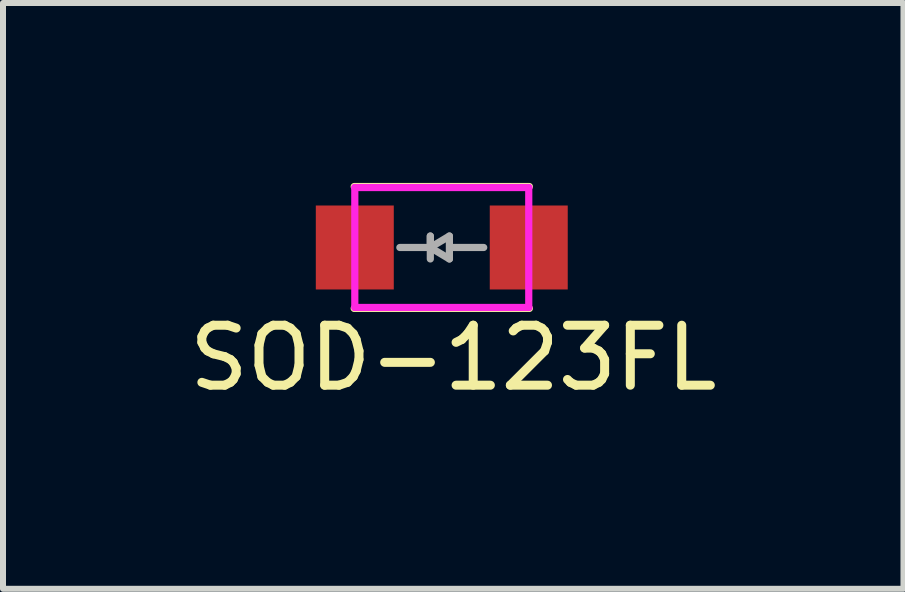
<source format=kicad_pcb>
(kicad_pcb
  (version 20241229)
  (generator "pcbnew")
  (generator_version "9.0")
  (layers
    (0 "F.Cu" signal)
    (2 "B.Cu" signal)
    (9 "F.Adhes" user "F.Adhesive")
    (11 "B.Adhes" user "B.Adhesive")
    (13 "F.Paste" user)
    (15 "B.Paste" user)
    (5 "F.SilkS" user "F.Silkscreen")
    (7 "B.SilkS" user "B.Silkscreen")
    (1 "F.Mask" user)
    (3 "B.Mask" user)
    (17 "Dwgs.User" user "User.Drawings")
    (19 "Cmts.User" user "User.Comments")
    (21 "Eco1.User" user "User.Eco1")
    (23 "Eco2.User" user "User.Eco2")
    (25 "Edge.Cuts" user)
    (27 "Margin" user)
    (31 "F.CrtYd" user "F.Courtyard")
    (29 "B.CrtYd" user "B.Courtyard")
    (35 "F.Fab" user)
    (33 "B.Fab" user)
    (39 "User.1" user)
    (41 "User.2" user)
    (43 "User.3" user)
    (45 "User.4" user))
  (footprint "SOD-123FL"
    (layer "F.Cu")
    (at 4.315 1.076)
    (property "Reference" "SOD-123FL" (at 0.191 1.841 0) (layer "F.SilkS") (effects (font (size 1 1) (thickness 0.15))))
    (attr through_hole)
    (fp_line (start -1.46 -1.016) (end 1.46 -1.016) (stroke (width 0.12) (type solid)) (layer "F.SilkS"))
    (fp_line (start -1.46 1.016) (end 1.46 1.016) (stroke (width 0.12) (type solid)) (layer "F.SilkS"))
    (fp_line (start -1.45 -1) (end 1.45 -1) (stroke (width 0.12) (type solid)) (layer "F.CrtYd"))
    (fp_line (start -1.45 1) (end -1.45 -1) (stroke (width 0.12) (type solid)) (layer "F.CrtYd"))
    (fp_line (start -1.45 1) (end 1.45 1) (stroke (width 0.12) (type solid)) (layer "F.CrtYd"))
    (fp_line (start 1.45 -1) (end 1.45 1) (stroke (width 0.12) (type solid)) (layer "F.CrtYd"))
    (fp_line (start -0.699 0) (end -0.191 0) (stroke (width 0.12) (type solid)) (layer "F.Fab"))
    (fp_line (start -0.191 -0.191) (end -0.191 0.191) (stroke (width 0.12) (type solid)) (layer "F.Fab"))
    (fp_line (start -0.191 0) (end -0.191 -0.191) (stroke (width 0.12) (type solid)) (layer "F.Fab"))
    (fp_line (start -0.191 0) (end 0.127 -0.191) (stroke (width 0.12) (type solid)) (layer "F.Fab"))
    (fp_line (start 0.127 -0.191) (end 0.127 0.191) (stroke (width 0.12) (type solid)) (layer "F.Fab"))
    (fp_line (start 0.127 0.191) (end -0.191 0) (stroke (width 0.12) (type solid)) (layer "F.Fab"))
    (fp_line (start 0.191 0) (end 0.699 0) (stroke (width 0.12) (type solid)) (layer "F.Fab"))
    (pad "1" smd rect (at -1.45 0) (size 1.3 1.4) (layers "F.Cu" "F.Mask" "F.Paste"))
    (pad "2" smd rect (at 1.45 0) (size 1.3 1.4) (layers "F.Cu" "F.Mask" "F.Paste")))
  (gr_rect
    (start -3 -3)
    (end 12.012 6.766)
    (stroke (width 0.1) (type default))
    (fill no)
    (layer "Edge.Cuts")))
</source>
